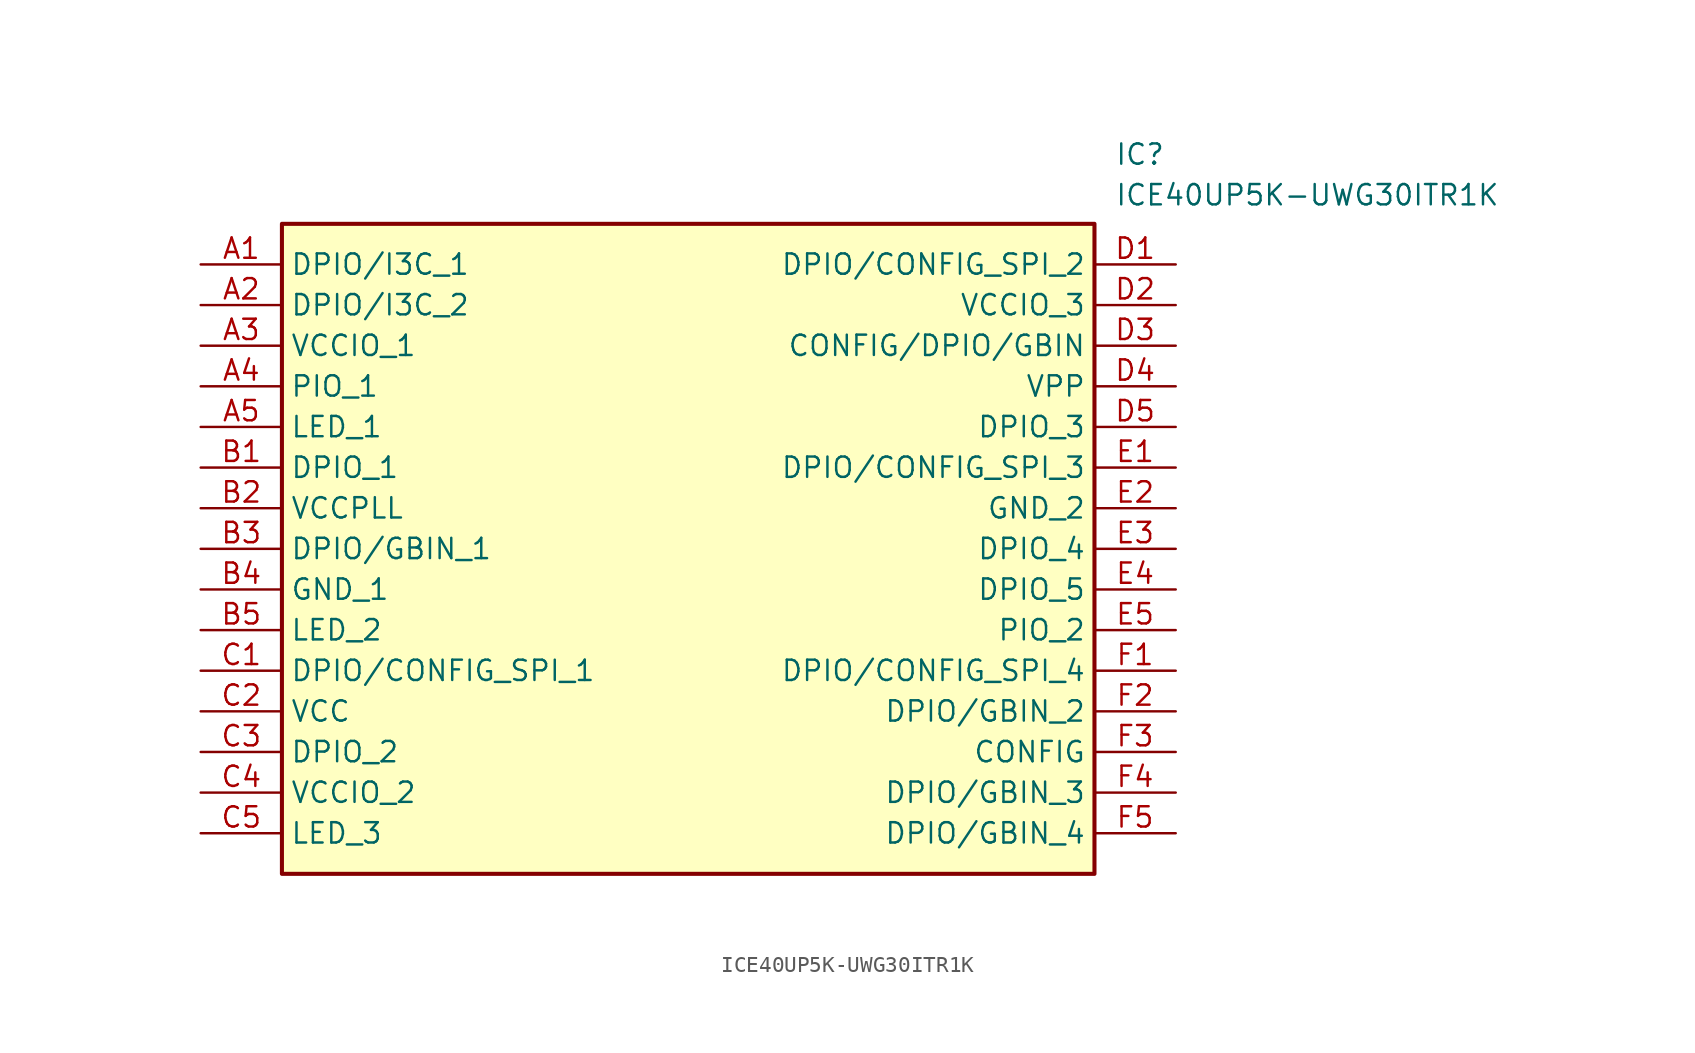
<source format=kicad_sym>
(kicad_symbol_lib
  (version 20220914)
  (generator kicad_symbol_editor)
  (symbol "ICE40UP5K-UWG30ITR1K"
    (property "Reference" "IC"
      (at 57.15 7.62 0)
      (effects (font (size 1.27 1.27)) (justify left top)))
    (property "Value" "ICE40UP5K-UWG30ITR1K"
      (at 57.15 5.08 0)
      (effects (font (size 1.27 1.27)) (justify left top)))
    (symbol "ICE40UP5K-UWG30ITR1K_1_1"
      (rectangle (start 5.08 2.54) (end 55.88 -38.1) (stroke (width 0.254) (type default)) (fill (type background)))
      (pin passive line (at 0 0 0) (length 5.08) (name "DPIO/I3C_1" (effects (font (size 1.27 1.27)))) (number "A1" (effects (font (size 1.27 1.27)))))
      (pin passive line (at 0 -2.54 0) (length 5.08) (name "DPIO/I3C_2" (effects (font (size 1.27 1.27)))) (number "A2" (effects (font (size 1.27 1.27)))))
      (pin passive line (at 0 -5.08 0) (length 5.08) (name "VCCIO_1" (effects (font (size 1.27 1.27)))) (number "A3" (effects (font (size 1.27 1.27)))))
      (pin passive line (at 0 -7.62 0) (length 5.08) (name "PIO_1" (effects (font (size 1.27 1.27)))) (number "A4" (effects (font (size 1.27 1.27)))))
      (pin passive line (at 0 -10.16 0) (length 5.08) (name "LED_1" (effects (font (size 1.27 1.27)))) (number "A5" (effects (font (size 1.27 1.27)))))
      (pin passive line (at 0 -12.7 0) (length 5.08) (name "DPIO_1" (effects (font (size 1.27 1.27)))) (number "B1" (effects (font (size 1.27 1.27)))))
      (pin passive line (at 0 -15.24 0) (length 5.08) (name "VCCPLL" (effects (font (size 1.27 1.27)))) (number "B2" (effects (font (size 1.27 1.27)))))
      (pin passive line (at 0 -17.78 0) (length 5.08) (name "DPIO/GBIN_1" (effects (font (size 1.27 1.27)))) (number "B3" (effects (font (size 1.27 1.27)))))
      (pin passive line (at 0 -20.32 0) (length 5.08) (name "GND_1" (effects (font (size 1.27 1.27)))) (number "B4" (effects (font (size 1.27 1.27)))))
      (pin passive line (at 0 -22.86 0) (length 5.08) (name "LED_2" (effects (font (size 1.27 1.27)))) (number "B5" (effects (font (size 1.27 1.27)))))
      (pin passive line (at 0 -25.4 0) (length 5.08) (name "DPIO/CONFIG_SPI_1" (effects (font (size 1.27 1.27)))) (number "C1" (effects (font (size 1.27 1.27)))))
      (pin passive line (at 0 -27.94 0) (length 5.08) (name "VCC" (effects (font (size 1.27 1.27)))) (number "C2" (effects (font (size 1.27 1.27)))))
      (pin passive line (at 0 -30.48 0) (length 5.08) (name "DPIO_2" (effects (font (size 1.27 1.27)))) (number "C3" (effects (font (size 1.27 1.27)))))
      (pin passive line (at 0 -33.02 0) (length 5.08) (name "VCCIO_2" (effects (font (size 1.27 1.27)))) (number "C4" (effects (font (size 1.27 1.27)))))
      (pin passive line (at 0 -35.56 0) (length 5.08) (name "LED_3" (effects (font (size 1.27 1.27)))) (number "C5" (effects (font (size 1.27 1.27)))))
      (pin passive line (at 60.96 0 180) (length 5.08) (name "DPIO/CONFIG_SPI_2" (effects (font (size 1.27 1.27)))) (number "D1" (effects (font (size 1.27 1.27)))))
      (pin passive line (at 60.96 -2.54 180) (length 5.08) (name "VCCIO_3" (effects (font (size 1.27 1.27)))) (number "D2" (effects (font (size 1.27 1.27)))))
      (pin passive line (at 60.96 -5.08 180) (length 5.08) (name "CONFIG/DPIO/GBIN" (effects (font (size 1.27 1.27)))) (number "D3" (effects (font (size 1.27 1.27)))))
      (pin passive line (at 60.96 -7.62 180) (length 5.08) (name "VPP" (effects (font (size 1.27 1.27)))) (number "D4" (effects (font (size 1.27 1.27)))))
      (pin passive line (at 60.96 -10.16 180) (length 5.08) (name "DPIO_3" (effects (font (size 1.27 1.27)))) (number "D5" (effects (font (size 1.27 1.27)))))
      (pin passive line (at 60.96 -12.7 180) (length 5.08) (name "DPIO/CONFIG_SPI_3" (effects (font (size 1.27 1.27)))) (number "E1" (effects (font (size 1.27 1.27)))))
      (pin passive line (at 60.96 -15.24 180) (length 5.08) (name "GND_2" (effects (font (size 1.27 1.27)))) (number "E2" (effects (font (size 1.27 1.27)))))
      (pin passive line (at 60.96 -17.78 180) (length 5.08) (name "DPIO_4" (effects (font (size 1.27 1.27)))) (number "E3" (effects (font (size 1.27 1.27)))))
      (pin passive line (at 60.96 -20.32 180) (length 5.08) (name "DPIO_5" (effects (font (size 1.27 1.27)))) (number "E4" (effects (font (size 1.27 1.27)))))
      (pin passive line (at 60.96 -22.86 180) (length 5.08) (name "PIO_2" (effects (font (size 1.27 1.27)))) (number "E5" (effects (font (size 1.27 1.27)))))
      (pin passive line (at 60.96 -25.4 180) (length 5.08) (name "DPIO/CONFIG_SPI_4" (effects (font (size 1.27 1.27)))) (number "F1" (effects (font (size 1.27 1.27)))))
      (pin passive line (at 60.96 -27.94 180) (length 5.08) (name "DPIO/GBIN_2" (effects (font (size 1.27 1.27)))) (number "F2" (effects (font (size 1.27 1.27)))))
      (pin passive line (at 60.96 -30.48 180) (length 5.08) (name "CONFIG" (effects (font (size 1.27 1.27)))) (number "F3" (effects (font (size 1.27 1.27)))))
      (pin passive line (at 60.96 -33.02 180) (length 5.08) (name "DPIO/GBIN_3" (effects (font (size 1.27 1.27)))) (number "F4" (effects (font (size 1.27 1.27)))))
      (pin passive line (at 60.96 -35.56 180) (length 5.08) (name "DPIO/GBIN_4" (effects (font (size 1.27 1.27)))) (number "F5" (effects (font (size 1.27 1.27))))))))
</source>
